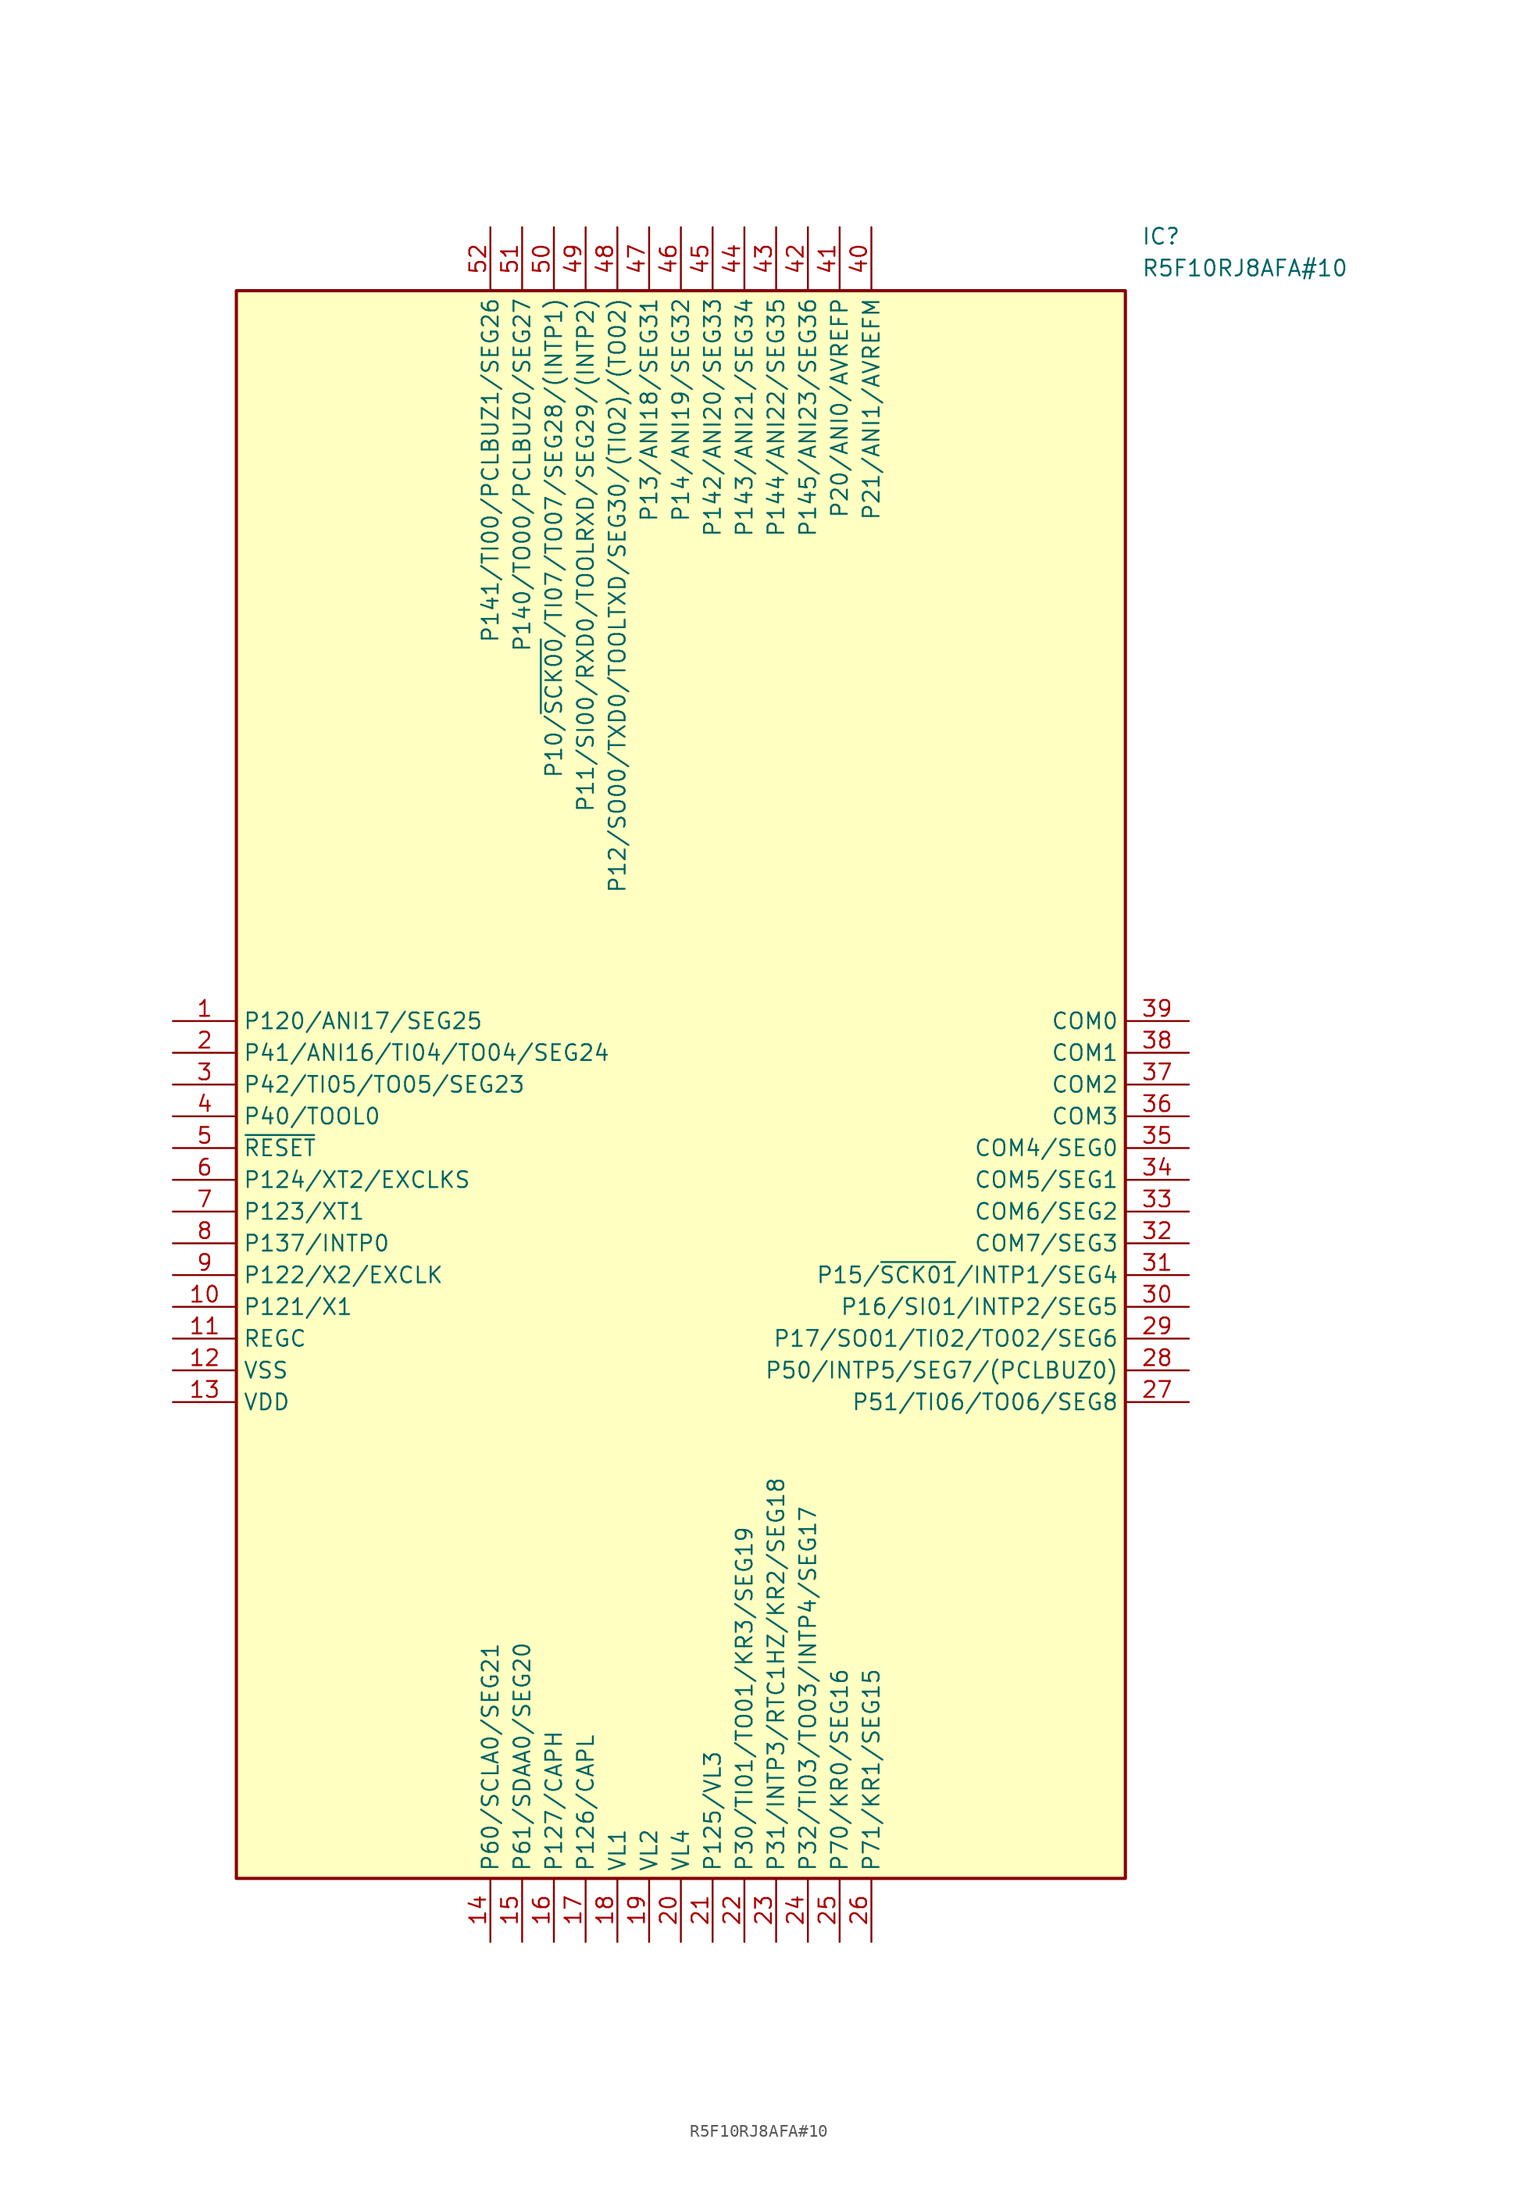
<source format=kicad_sym>
(kicad_symbol_lib
  (version 20211014)
  (generator SamacSys_ECAD_Model)
  (symbol "R5F10RJ8AFA#10"
    (property "Reference" "IC"
      (at 77.47 63.5 0)
      (effects (font (size 1.27 1.27)) (justify left top)))
    (property "Value" "R5F10RJ8AFA#10"
      (at 77.47 60.96 0)
      (effects (font (size 1.27 1.27)) (justify left top)))
    (rectangle
      (start 5.08 58.42)
      (end 76.2 -68.58)
      (stroke (width 0.254) (type default))
      (fill (type background)))
    (pin passive line
      (at 0 0 0)
      (length 5.08)
      (name "P120/ANI17/SEG25" (effects (font (size 1.27 1.27))))
      (number "1" (effects (font (size 1.27 1.27)))))
    (pin passive line
      (at 0 -2.54 0)
      (length 5.08)
      (name "P41/ANI16/TI04/TO04/SEG24" (effects (font (size 1.27 1.27))))
      (number "2" (effects (font (size 1.27 1.27)))))
    (pin passive line
      (at 0 -5.08 0)
      (length 5.08)
      (name "P42/TI05/TO05/SEG23" (effects (font (size 1.27 1.27))))
      (number "3" (effects (font (size 1.27 1.27)))))
    (pin passive line
      (at 0 -7.62 0)
      (length 5.08)
      (name "P40/TOOL0" (effects (font (size 1.27 1.27))))
      (number "4" (effects (font (size 1.27 1.27)))))
    (pin passive line
      (at 0 -10.16 0)
      (length 5.08)
      (name "~{RESET}" (effects (font (size 1.27 1.27))))
      (number "5" (effects (font (size 1.27 1.27)))))
    (pin passive line
      (at 0 -12.7 0)
      (length 5.08)
      (name "P124/XT2/EXCLKS" (effects (font (size 1.27 1.27))))
      (number "6" (effects (font (size 1.27 1.27)))))
    (pin passive line
      (at 0 -15.24 0)
      (length 5.08)
      (name "P123/XT1" (effects (font (size 1.27 1.27))))
      (number "7" (effects (font (size 1.27 1.27)))))
    (pin passive line
      (at 0 -17.78 0)
      (length 5.08)
      (name "P137/INTP0" (effects (font (size 1.27 1.27))))
      (number "8" (effects (font (size 1.27 1.27)))))
    (pin passive line
      (at 0 -20.32 0)
      (length 5.08)
      (name "P122/X2/EXCLK" (effects (font (size 1.27 1.27))))
      (number "9" (effects (font (size 1.27 1.27)))))
    (pin passive line
      (at 0 -22.86 0)
      (length 5.08)
      (name "P121/X1" (effects (font (size 1.27 1.27))))
      (number "10" (effects (font (size 1.27 1.27)))))
    (pin passive line
      (at 0 -25.4 0)
      (length 5.08)
      (name "REGC" (effects (font (size 1.27 1.27))))
      (number "11" (effects (font (size 1.27 1.27)))))
    (pin passive line
      (at 0 -27.94 0)
      (length 5.08)
      (name "VSS" (effects (font (size 1.27 1.27))))
      (number "12" (effects (font (size 1.27 1.27)))))
    (pin passive line
      (at 0 -30.48 0)
      (length 5.08)
      (name "VDD" (effects (font (size 1.27 1.27))))
      (number "13" (effects (font (size 1.27 1.27)))))
    (pin passive line
      (at 25.4 -73.66 90)
      (length 5.08)
      (name "P60/SCLA0/SEG21" (effects (font (size 1.27 1.27))))
      (number "14" (effects (font (size 1.27 1.27)))))
    (pin passive line
      (at 27.94 -73.66 90)
      (length 5.08)
      (name "P61/SDAA0/SEG20" (effects (font (size 1.27 1.27))))
      (number "15" (effects (font (size 1.27 1.27)))))
    (pin passive line
      (at 30.48 -73.66 90)
      (length 5.08)
      (name "P127/CAPH" (effects (font (size 1.27 1.27))))
      (number "16" (effects (font (size 1.27 1.27)))))
    (pin passive line
      (at 33.02 -73.66 90)
      (length 5.08)
      (name "P126/CAPL" (effects (font (size 1.27 1.27))))
      (number "17" (effects (font (size 1.27 1.27)))))
    (pin passive line
      (at 35.56 -73.66 90)
      (length 5.08)
      (name "VL1" (effects (font (size 1.27 1.27))))
      (number "18" (effects (font (size 1.27 1.27)))))
    (pin passive line
      (at 38.1 -73.66 90)
      (length 5.08)
      (name "VL2" (effects (font (size 1.27 1.27))))
      (number "19" (effects (font (size 1.27 1.27)))))
    (pin passive line
      (at 40.64 -73.66 90)
      (length 5.08)
      (name "VL4" (effects (font (size 1.27 1.27))))
      (number "20" (effects (font (size 1.27 1.27)))))
    (pin passive line
      (at 43.18 -73.66 90)
      (length 5.08)
      (name "P125/VL3" (effects (font (size 1.27 1.27))))
      (number "21" (effects (font (size 1.27 1.27)))))
    (pin passive line
      (at 45.72 -73.66 90)
      (length 5.08)
      (name "P30/TI01/TO01/KR3/SEG19" (effects (font (size 1.27 1.27))))
      (number "22" (effects (font (size 1.27 1.27)))))
    (pin passive line
      (at 48.26 -73.66 90)
      (length 5.08)
      (name "P31/INTP3/RTC1HZ/KR2/SEG18" (effects (font (size 1.27 1.27))))
      (number "23" (effects (font (size 1.27 1.27)))))
    (pin passive line
      (at 50.8 -73.66 90)
      (length 5.08)
      (name "P32/TI03/TO03/INTP4/SEG17" (effects (font (size 1.27 1.27))))
      (number "24" (effects (font (size 1.27 1.27)))))
    (pin passive line
      (at 53.34 -73.66 90)
      (length 5.08)
      (name "P70/KR0/SEG16" (effects (font (size 1.27 1.27))))
      (number "25" (effects (font (size 1.27 1.27)))))
    (pin passive line
      (at 55.88 -73.66 90)
      (length 5.08)
      (name "P71/KR1/SEG15" (effects (font (size 1.27 1.27))))
      (number "26" (effects (font (size 1.27 1.27)))))
    (pin passive line
      (at 81.28 0 180)
      (length 5.08)
      (name "COM0" (effects (font (size 1.27 1.27))))
      (number "39" (effects (font (size 1.27 1.27)))))
    (pin passive line
      (at 81.28 -2.54 180)
      (length 5.08)
      (name "COM1" (effects (font (size 1.27 1.27))))
      (number "38" (effects (font (size 1.27 1.27)))))
    (pin passive line
      (at 81.28 -5.08 180)
      (length 5.08)
      (name "COM2" (effects (font (size 1.27 1.27))))
      (number "37" (effects (font (size 1.27 1.27)))))
    (pin passive line
      (at 81.28 -7.62 180)
      (length 5.08)
      (name "COM3" (effects (font (size 1.27 1.27))))
      (number "36" (effects (font (size 1.27 1.27)))))
    (pin passive line
      (at 81.28 -10.16 180)
      (length 5.08)
      (name "COM4/SEG0" (effects (font (size 1.27 1.27))))
      (number "35" (effects (font (size 1.27 1.27)))))
    (pin passive line
      (at 81.28 -12.7 180)
      (length 5.08)
      (name "COM5/SEG1" (effects (font (size 1.27 1.27))))
      (number "34" (effects (font (size 1.27 1.27)))))
    (pin passive line
      (at 81.28 -15.24 180)
      (length 5.08)
      (name "COM6/SEG2" (effects (font (size 1.27 1.27))))
      (number "33" (effects (font (size 1.27 1.27)))))
    (pin passive line
      (at 81.28 -17.78 180)
      (length 5.08)
      (name "COM7/SEG3" (effects (font (size 1.27 1.27))))
      (number "32" (effects (font (size 1.27 1.27)))))
    (pin passive line
      (at 81.28 -20.32 180)
      (length 5.08)
      (name "P15/~{SCK01}/INTP1/SEG4" (effects (font (size 1.27 1.27))))
      (number "31" (effects (font (size 1.27 1.27)))))
    (pin passive line
      (at 81.28 -22.86 180)
      (length 5.08)
      (name "P16/SI01/INTP2/SEG5" (effects (font (size 1.27 1.27))))
      (number "30" (effects (font (size 1.27 1.27)))))
    (pin passive line
      (at 81.28 -25.4 180)
      (length 5.08)
      (name "P17/SO01/TI02/TO02/SEG6" (effects (font (size 1.27 1.27))))
      (number "29" (effects (font (size 1.27 1.27)))))
    (pin passive line
      (at 81.28 -27.94 180)
      (length 5.08)
      (name "P50/INTP5/SEG7/(PCLBUZ0)" (effects (font (size 1.27 1.27))))
      (number "28" (effects (font (size 1.27 1.27)))))
    (pin passive line
      (at 81.28 -30.48 180)
      (length 5.08)
      (name "P51/TI06/TO06/SEG8" (effects (font (size 1.27 1.27))))
      (number "27" (effects (font (size 1.27 1.27)))))
    (pin passive line
      (at 25.4 63.5 270)
      (length 5.08)
      (name "P141/TI00/PCLBUZ1/SEG26" (effects (font (size 1.27 1.27))))
      (number "52" (effects (font (size 1.27 1.27)))))
    (pin passive line
      (at 27.94 63.5 270)
      (length 5.08)
      (name "P140/TO00/PCLBUZ0/SEG27" (effects (font (size 1.27 1.27))))
      (number "51" (effects (font (size 1.27 1.27)))))
    (pin passive line
      (at 30.48 63.5 270)
      (length 5.08)
      (name "P10/~{SCK00}/TI07/TO07/SEG28/(INTP1)" (effects (font (size 1.27 1.27))))
      (number "50" (effects (font (size 1.27 1.27)))))
    (pin passive line
      (at 33.02 63.5 270)
      (length 5.08)
      (name "P11/SI00/RXD0/TOOLRXD/SEG29/(INTP2)" (effects (font (size 1.27 1.27))))
      (number "49" (effects (font (size 1.27 1.27)))))
    (pin passive line
      (at 35.56 63.5 270)
      (length 5.08)
      (name "P12/SO00/TXD0/TOOLTXD/SEG30/(TI02)/(TO02)" (effects (font (size 1.27 1.27))))
      (number "48" (effects (font (size 1.27 1.27)))))
    (pin passive line
      (at 38.1 63.5 270)
      (length 5.08)
      (name "P13/ANI18/SEG31" (effects (font (size 1.27 1.27))))
      (number "47" (effects (font (size 1.27 1.27)))))
    (pin passive line
      (at 40.64 63.5 270)
      (length 5.08)
      (name "P14/ANI19/SEG32" (effects (font (size 1.27 1.27))))
      (number "46" (effects (font (size 1.27 1.27)))))
    (pin passive line
      (at 43.18 63.5 270)
      (length 5.08)
      (name "P142/ANI20/SEG33" (effects (font (size 1.27 1.27))))
      (number "45" (effects (font (size 1.27 1.27)))))
    (pin passive line
      (at 45.72 63.5 270)
      (length 5.08)
      (name "P143/ANI21/SEG34" (effects (font (size 1.27 1.27))))
      (number "44" (effects (font (size 1.27 1.27)))))
    (pin passive line
      (at 48.26 63.5 270)
      (length 5.08)
      (name "P144/ANI22/SEG35" (effects (font (size 1.27 1.27))))
      (number "43" (effects (font (size 1.27 1.27)))))
    (pin passive line
      (at 50.8 63.5 270)
      (length 5.08)
      (name "P145/ANI23/SEG36" (effects (font (size 1.27 1.27))))
      (number "42" (effects (font (size 1.27 1.27)))))
    (pin passive line
      (at 53.34 63.5 270)
      (length 5.08)
      (name "P20/ANI0/AVREFP" (effects (font (size 1.27 1.27))))
      (number "41" (effects (font (size 1.27 1.27)))))
    (pin passive line
      (at 55.88 63.5 270)
      (length 5.08)
      (name "P21/ANI1/AVREFM" (effects (font (size 1.27 1.27))))
      (number "40" (effects (font (size 1.27 1.27)))))))
</source>
